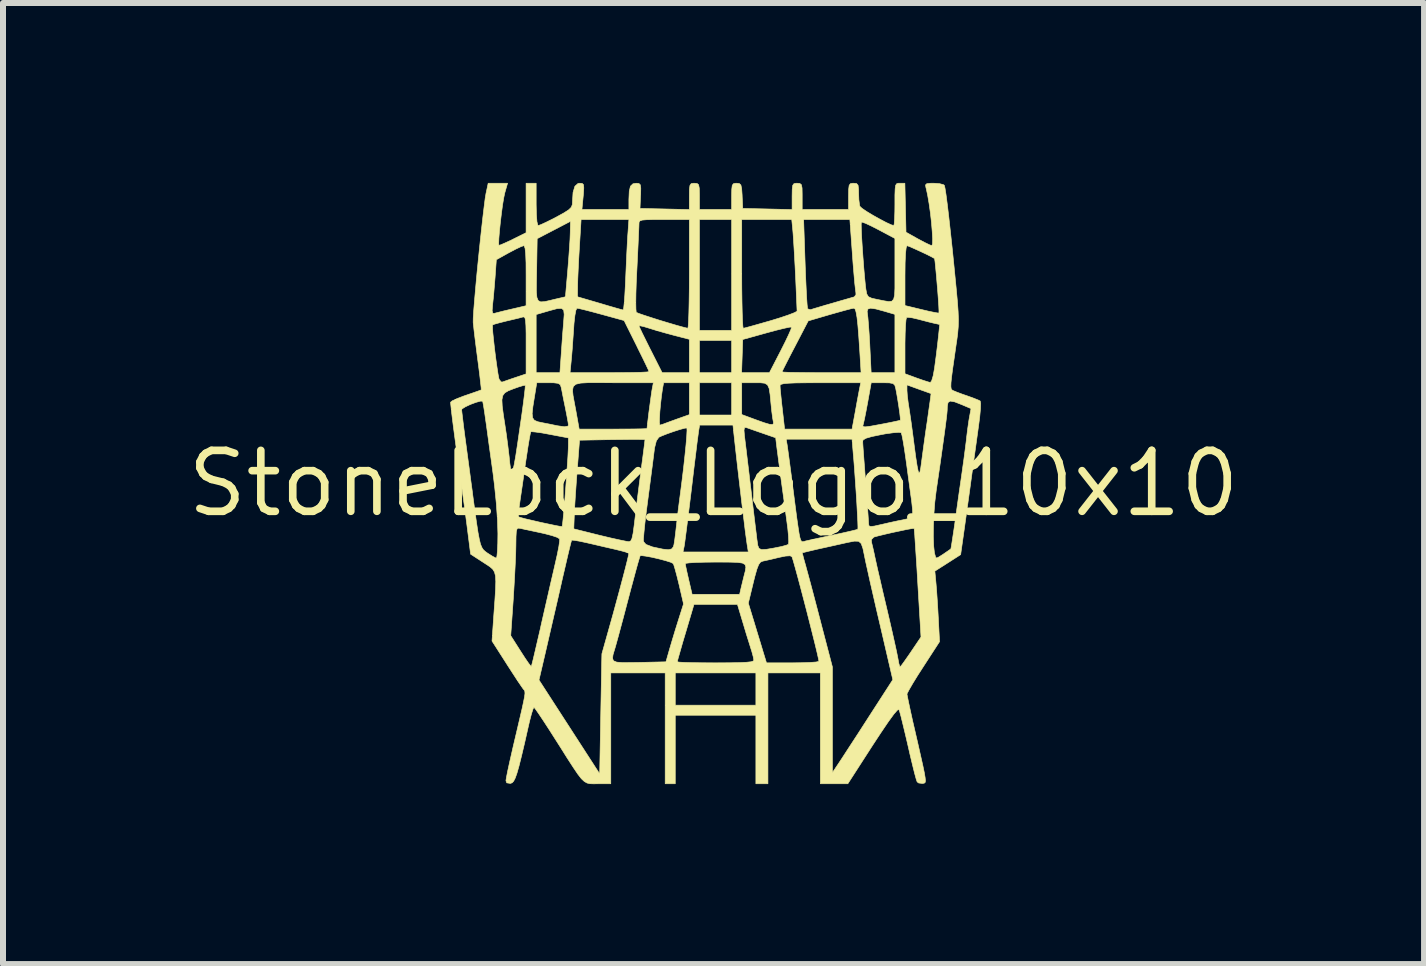
<source format=kicad_pcb>
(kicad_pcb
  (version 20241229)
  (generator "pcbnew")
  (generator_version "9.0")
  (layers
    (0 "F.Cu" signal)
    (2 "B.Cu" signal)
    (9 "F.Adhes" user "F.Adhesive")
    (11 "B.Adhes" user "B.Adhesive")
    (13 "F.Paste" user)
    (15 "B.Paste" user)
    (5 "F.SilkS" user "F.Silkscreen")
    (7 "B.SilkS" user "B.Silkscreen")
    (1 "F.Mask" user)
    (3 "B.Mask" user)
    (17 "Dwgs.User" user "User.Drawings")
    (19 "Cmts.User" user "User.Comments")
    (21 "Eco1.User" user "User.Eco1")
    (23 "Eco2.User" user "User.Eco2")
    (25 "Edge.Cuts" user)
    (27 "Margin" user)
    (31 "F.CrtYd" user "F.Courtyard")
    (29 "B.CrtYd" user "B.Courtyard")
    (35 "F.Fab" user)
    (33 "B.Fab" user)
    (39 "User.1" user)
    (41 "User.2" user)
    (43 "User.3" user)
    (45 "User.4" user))
  (footprint "StoneLock_Logo_10x10"
    (layer "F.Cu")
    (at 8.846 5.011)
    (property "Reference" "StoneLock_Logo_10x10" (at 0 0 0) (layer "F.SilkS") (effects (font (size 1.016 1.016) (thickness 0.127))))
    (attr through_hole)
    (fp_poly (pts (xy -3.48 -4.846) (xy -3.497 -4.766) (xy -3.517 -4.647) (xy -3.536 -4.504) (xy -3.554 -4.352) (xy -3.569 -4.208) (xy -3.579 -4.086) (xy -3.582 -4.002) (xy -3.579 -3.971) (xy -3.546 -3.98) (xy -3.47 -4.013) (xy -3.364 -4.062) (xy -3.347 -4.071) (xy -3.125 -4.181) (xy -3.125 -5.006) (xy -2.957 -5.006) (xy -2.957 -4.653) (xy -2.953 -4.483) (xy -2.944 -4.365) (xy -2.929 -4.306) (xy -2.922 -4.301) (xy -2.878 -4.316) (xy -2.791 -4.356) (xy -2.676 -4.413) (xy -2.619 -4.443) (xy -2.492 -4.513) (xy -2.413 -4.564) (xy -2.371 -4.606) (xy -2.354 -4.651) (xy -2.352 -4.691) (xy -2.342 -4.854) (xy -2.311 -4.956) (xy -2.259 -5.002) (xy -2.231 -5.006) (xy -2.19 -5.003) (xy -2.168 -4.982) (xy -2.163 -4.929) (xy -2.169 -4.83) (xy -2.173 -4.788) (xy -2.194 -4.569) (xy -1.411 -4.569) (xy -1.411 -4.735) (xy -1.405 -4.873) (xy -1.385 -4.957) (xy -1.343 -4.997) (xy -1.289 -5.006) (xy -1.244 -5.002) (xy -1.221 -4.98) (xy -1.213 -4.925) (xy -1.215 -4.821) (xy -1.217 -4.796) (xy -1.226 -4.586) (xy -0.815 -4.577) (xy -0.403 -4.567) (xy -0.403 -4.787) (xy -0.402 -4.904) (xy -0.393 -4.97) (xy -0.373 -4.999) (xy -0.333 -5.006) (xy -0.319 -5.006) (xy -0.274 -5.002) (xy -0.249 -4.981) (xy -0.238 -4.926) (xy -0.235 -4.823) (xy -0.235 -4.788) (xy -0.235 -4.569) (xy 0.302 -4.569) (xy 0.302 -4.788) (xy 0.304 -4.905) (xy 0.312 -4.971) (xy 0.333 -4.999) (xy 0.373 -5.006) (xy 0.385 -5.006) (xy 0.43 -5.001) (xy 0.456 -4.977) (xy 0.469 -4.917) (xy 0.477 -4.806) (xy 0.477 -4.796) (xy 0.487 -4.586) (xy 0.899 -4.577) (xy 1.31 -4.567) (xy 1.31 -4.787) (xy 1.312 -4.904) (xy 1.32 -4.97) (xy 1.341 -4.999) (xy 1.38 -5.006) (xy 1.394 -5.006) (xy 1.439 -5.002) (xy 1.465 -4.981) (xy 1.476 -4.926) (xy 1.478 -4.823) (xy 1.478 -4.788) (xy 1.478 -4.569) (xy 2.251 -4.569) (xy 2.251 -4.788) (xy 2.253 -4.905) (xy 2.261 -4.97) (xy 2.282 -4.999) (xy 2.321 -5.006) (xy 2.335 -5.006) (xy 2.385 -5.001) (xy 2.41 -4.972) (xy 2.418 -4.904) (xy 2.419 -4.841) (xy 2.423 -4.732) (xy 2.434 -4.645) (xy 2.44 -4.621) (xy 2.475 -4.588) (xy 2.553 -4.535) (xy 2.659 -4.471) (xy 2.774 -4.407) (xy 2.882 -4.35) (xy 2.966 -4.312) (xy 3.006 -4.301) (xy 3.013 -4.332) (xy 3.019 -4.416) (xy 3.023 -4.54) (xy 3.024 -4.653) (xy 3.024 -4.81) (xy 3.028 -4.912) (xy 3.036 -4.971) (xy 3.054 -4.998) (xy 3.082 -5.006) (xy 3.107 -5.006) (xy 3.19 -5.006) (xy 3.209 -4.19) (xy 3.41 -4.077) (xy 3.515 -4.021) (xy 3.598 -3.981) (xy 3.64 -3.965) (xy 3.64 -3.965) (xy 3.651 -3.996) (xy 3.653 -4.079) (xy 3.646 -4.201) (xy 3.634 -4.349) (xy 3.616 -4.508) (xy 3.594 -4.665) (xy 3.57 -4.806) (xy 3.546 -4.917) (xy 3.542 -4.93) (xy 3.534 -4.977) (xy 3.556 -4.999) (xy 3.623 -5.006) (xy 3.673 -5.006) (xy 3.769 -4.999) (xy 3.835 -4.981) (xy 3.848 -4.971) (xy 3.859 -4.925) (xy 3.876 -4.818) (xy 3.897 -4.657) (xy 3.922 -4.447) (xy 3.95 -4.194) (xy 3.981 -3.906) (xy 4.013 -3.588) (xy 4.046 -3.252) (xy 4.066 -3.034) (xy 4.078 -2.866) (xy 4.083 -2.732) (xy 4.08 -2.614) (xy 4.07 -2.495) (xy 4.052 -2.36) (xy 4.049 -2.345) (xy 4.014 -2.1) (xy 3.987 -1.914) (xy 3.969 -1.777) (xy 3.959 -1.682) (xy 3.957 -1.621) (xy 3.961 -1.584) (xy 3.971 -1.564) (xy 3.988 -1.553) (xy 3.995 -1.549) (xy 4.055 -1.524) (xy 4.154 -1.487) (xy 4.233 -1.46) (xy 4.338 -1.422) (xy 4.417 -1.39) (xy 4.446 -1.375) (xy 4.453 -1.334) (xy 4.45 -1.242) (xy 4.438 -1.111) (xy 4.42 -0.97) (xy 4.394 -0.782) (xy 4.363 -0.557) (xy 4.33 -0.322) (xy 4.302 -0.118) (xy 4.272 0.103) (xy 4.238 0.348) (xy 4.205 0.585) (xy 4.179 0.77) (xy 4.12 1.186) (xy 3.905 1.324) (xy 3.69 1.461) (xy 3.709 1.663) (xy 3.719 1.782) (xy 3.73 1.944) (xy 3.741 2.125) (xy 3.748 2.251) (xy 3.768 2.637) (xy 3.497 3.055) (xy 3.401 3.204) (xy 3.32 3.336) (xy 3.261 3.438) (xy 3.229 3.499) (xy 3.225 3.511) (xy 3.233 3.555) (xy 3.253 3.653) (xy 3.283 3.793) (xy 3.32 3.961) (xy 3.345 4.068) (xy 3.407 4.337) (xy 3.455 4.549) (xy 3.491 4.709) (xy 3.515 4.825) (xy 3.528 4.904) (xy 3.533 4.954) (xy 3.529 4.982) (xy 3.517 4.994) (xy 3.5 4.998) (xy 3.484 5.001) (xy 3.419 4.993) (xy 3.394 4.973) (xy 3.379 4.929) (xy 3.352 4.831) (xy 3.317 4.69) (xy 3.276 4.519) (xy 3.243 4.374) (xy 3.199 4.186) (xy 3.159 4.02) (xy 3.126 3.886) (xy 3.102 3.798) (xy 3.091 3.768) (xy 3.065 3.778) (xy 3.006 3.846) (xy 2.914 3.972) (xy 2.791 4.154) (xy 2.653 4.364) (xy 2.239 5.006) (xy 1.781 5.006) (xy 1.781 3.158) (xy 0.907 3.158) (xy 0.907 5.006) (xy 0.706 5.006) (xy 0.706 3.864) (xy -0.638 3.864) (xy -0.638 5.006) (xy -0.806 5.006) (xy -0.806 3.158) (xy -0.638 3.158) (xy -0.638 3.696) (xy 0.706 3.696) (xy 0.706 3.158) (xy -0.638 3.158) (xy -0.806 3.158) (xy -1.713 3.158) (xy -1.713 5.006) (xy -1.929 5.006) (xy -2.002 5.007) (xy -2.059 5.005) (xy -2.108 4.994) (xy -2.154 4.968) (xy -2.204 4.921) (xy -2.263 4.845) (xy -2.338 4.734) (xy -2.436 4.583) (xy -2.561 4.384) (xy -2.621 4.29) (xy -2.73 4.119) (xy -2.828 3.968) (xy -2.908 3.848) (xy -2.965 3.766) (xy -2.993 3.731) (xy -2.994 3.731) (xy -3.01 3.761) (xy -3.036 3.843) (xy -3.067 3.962) (xy -3.089 4.057) (xy -3.151 4.331) (xy -3.202 4.546) (xy -3.243 4.71) (xy -3.277 4.829) (xy -3.306 4.911) (xy -3.332 4.962) (xy -3.357 4.989) (xy -3.385 5) (xy -3.387 5) (xy -3.447 4.991) (xy -3.461 4.954) (xy -3.453 4.903) (xy -3.433 4.8) (xy -3.402 4.657) (xy -3.363 4.486) (xy -3.341 4.389) (xy -3.278 4.122) (xy -3.229 3.913) (xy -3.192 3.754) (xy -3.167 3.638) (xy -3.151 3.557) (xy -3.144 3.504) (xy -3.145 3.472) (xy -3.151 3.452) (xy -3.161 3.438) (xy -3.171 3.428) (xy -3.204 3.381) (xy -3.266 3.29) (xy -3.275 3.276) (xy -2.91 3.276) (xy -1.898 4.841) (xy -1.88 3.84) (xy -1.863 2.917) (xy -1.684 2.917) (xy -1.667 2.956) (xy -1.614 2.978) (xy -1.518 2.986) (xy -1.369 2.985) (xy -1.237 2.983) (xy -0.793 2.973) (xy -0.793 2.972) (xy -0.605 2.972) (xy -0.573 2.978) (xy -0.484 2.983) (xy -0.349 2.987) (xy -0.177 2.989) (xy 0.02 2.99) (xy 0.034 2.99) (xy 0.264 2.989) (xy 0.435 2.986) (xy 0.553 2.98) (xy 0.627 2.972) (xy 0.664 2.959) (xy 0.672 2.946) (xy 0.662 2.889) (xy 0.637 2.796) (xy 0.623 2.753) (xy 0.591 2.65) (xy 0.547 2.51) (xy 0.501 2.356) (xy 0.487 2.31) (xy 0.399 2.016) (xy -0.326 2.016) (xy -0.465 2.485) (xy -0.515 2.652) (xy -0.556 2.796) (xy -0.587 2.904) (xy -0.603 2.964) (xy -0.605 2.972) (xy -0.793 2.972) (xy -0.731 2.755) (xy -0.688 2.61) (xy -0.636 2.438) (xy -0.585 2.275) (xy -0.584 2.272) (xy -0.5 2.007) (xy -0.503 1.995) (xy 0.58 1.995) (xy 0.678 2.316) (xy 0.727 2.478) (xy 0.776 2.638) (xy 0.816 2.771) (xy 0.829 2.814) (xy 0.883 2.99) (xy 1.313 2.99) (xy 1.476 2.988) (xy 1.612 2.983) (xy 1.71 2.976) (xy 1.755 2.966) (xy 1.757 2.965) (xy 1.751 2.929) (xy 1.731 2.839) (xy 1.699 2.704) (xy 1.657 2.536) (xy 1.609 2.345) (xy 1.557 2.14) (xy 1.503 1.933) (xy 1.451 1.734) (xy 1.403 1.554) (xy 1.361 1.401) (xy 1.329 1.288) (xy 1.309 1.225) (xy 1.308 1.222) (xy 1.277 1.205) (xy 1.199 1.21) (xy 1.092 1.232) (xy 0.972 1.261) (xy 0.869 1.284) (xy 0.819 1.295) (xy 0.783 1.311) (xy 0.753 1.352) (xy 0.723 1.428) (xy 0.688 1.552) (xy 0.663 1.653) (xy 0.58 1.995) (xy -0.503 1.995) (xy -0.575 1.684) (xy -0.61 1.543) (xy -0.641 1.428) (xy -0.664 1.353) (xy -0.672 1.336) (xy -0.471 1.336) (xy -0.464 1.378) (xy -0.445 1.468) (xy -0.418 1.587) (xy -0.414 1.604) (xy -0.357 1.848) (xy 0.435 1.848) (xy 0.456 1.755) (xy 0.48 1.656) (xy 0.507 1.546) (xy 0.507 1.546) (xy 0.53 1.457) (xy 0.539 1.394) (xy 0.526 1.352) (xy 0.483 1.327) (xy 0.4 1.315) (xy 0.27 1.311) (xy 0.083 1.31) (xy 0.034 1.31) (xy -0.142 1.312) (xy -0.291 1.316) (xy -0.402 1.323) (xy -0.463 1.331) (xy -0.471 1.336) (xy -0.672 1.336) (xy -0.673 1.334) (xy -0.714 1.313) (xy -0.8 1.286) (xy -0.91 1.257) (xy -1.026 1.23) (xy -1.13 1.211) (xy -1.202 1.202) (xy -1.224 1.206) (xy -1.236 1.244) (xy -1.263 1.335) (xy -1.3 1.469) (xy -1.344 1.633) (xy -1.375 1.747) (xy -1.447 2.02) (xy -1.504 2.237) (xy -1.549 2.404) (xy -1.583 2.531) (xy -1.609 2.625) (xy -1.628 2.694) (xy -1.643 2.746) (xy -1.65 2.768) (xy -1.676 2.856) (xy -1.684 2.917) (xy -1.863 2.917) (xy -1.861 2.839) (xy -1.724 2.352) (xy -1.671 2.163) (xy -1.617 1.964) (xy -1.563 1.765) (xy -1.513 1.577) (xy -1.47 1.412) (xy -1.437 1.281) (xy -1.417 1.194) (xy -1.411 1.165) (xy -1.429 1.156) (xy 1.478 1.156) (xy 1.487 1.188) (xy 1.508 1.269) (xy 1.54 1.382) (xy 1.546 1.406) (xy 1.576 1.515) (xy 1.619 1.674) (xy 1.671 1.87) (xy 1.728 2.087) (xy 1.787 2.313) (xy 1.798 2.356) (xy 1.982 3.059) (xy 1.982 4.82) (xy 2.094 4.653) (xy 2.146 4.574) (xy 2.227 4.449) (xy 2.33 4.291) (xy 2.447 4.111) (xy 2.57 3.92) (xy 2.597 3.878) (xy 2.989 3.271) (xy 2.775 2.349) (xy 2.716 2.098) (xy 2.661 1.858) (xy 2.611 1.64) (xy 2.57 1.454) (xy 2.538 1.311) (xy 2.52 1.224) (xy 2.52 1.223) (xy 2.491 1.084) (xy 2.462 1.001) (xy 2.419 0.963) (xy 2.348 0.961) (xy 2.234 0.983) (xy 2.198 0.991) (xy 1.93 1.051) (xy 1.722 1.097) (xy 1.578 1.131) (xy 1.497 1.151) (xy 1.478 1.156) (xy -1.429 1.156) (xy -1.441 1.151) (xy -1.469 1.142) (xy -0.509 1.142) (xy 0.58 1.142) (xy 0.559 1.012) (xy 0.547 0.926) (xy 0.528 0.786) (xy 0.506 0.604) (xy 0.479 0.391) (xy 0.452 0.159) (xy 0.424 -0.078) (xy 0.397 -0.31) (xy 0.373 -0.524) (xy 0.363 -0.613) (xy 0.333 -0.887) (xy 0.508 -0.887) (xy 0.516 -0.79) (xy 0.517 -0.786) (xy 0.527 -0.703) (xy 0.544 -0.566) (xy 0.565 -0.388) (xy 0.59 -0.182) (xy 0.616 0.039) (xy 0.622 0.084) (xy 0.648 0.306) (xy 0.673 0.515) (xy 0.695 0.698) (xy 0.713 0.843) (xy 0.724 0.937) (xy 0.726 0.949) (xy 0.738 1.033) (xy 0.758 1.082) (xy 0.8 1.102) (xy 0.879 1.098) (xy 1.008 1.076) (xy 1.027 1.072) (xy 1.137 1.05) (xy 1.218 1.027) (xy 1.249 1.014) (xy 1.254 0.973) (xy 1.25 0.881) (xy 1.238 0.752) (xy 1.223 0.638) (xy 1.178 0.305) (xy 1.14 0.031) (xy 1.11 -0.188) (xy 1.087 -0.361) (xy 1.07 -0.493) (xy 1.057 -0.591) (xy 1.039 -0.739) (xy 1.211 -0.739) (xy 1.227 -0.647) (xy 1.236 -0.585) (xy 1.252 -0.469) (xy 1.273 -0.311) (xy 1.298 -0.122) (xy 1.325 0.086) (xy 1.327 0.101) (xy 1.361 0.366) (xy 1.388 0.573) (xy 1.41 0.727) (xy 1.427 0.837) (xy 1.442 0.908) (xy 1.457 0.95) (xy 1.473 0.968) (xy 1.493 0.97) (xy 1.517 0.964) (xy 1.533 0.959) (xy 1.599 0.944) (xy 1.634 0.936) (xy 2.631 0.936) (xy 2.636 0.987) (xy 2.655 1.064) (xy 2.679 1.171) (xy 2.687 1.21) (xy 2.704 1.288) (xy 2.733 1.419) (xy 2.773 1.59) (xy 2.819 1.791) (xy 2.87 2.007) (xy 2.884 2.066) (xy 2.935 2.284) (xy 2.982 2.489) (xy 3.022 2.668) (xy 3.053 2.809) (xy 3.071 2.9) (xy 3.074 2.915) (xy 3.09 3.002) (xy 3.105 3.052) (xy 3.11 3.057) (xy 3.133 3.032) (xy 3.184 2.962) (xy 3.254 2.862) (xy 3.291 2.808) (xy 3.459 2.559) (xy 3.405 1.657) (xy 3.391 1.419) (xy 3.377 1.203) (xy 3.365 1.02) (xy 3.356 0.885) (xy 3.664 0.885) (xy 3.67 1.04) (xy 3.683 1.158) (xy 3.703 1.229) (xy 3.72 1.243) (xy 3.755 1.226) (xy 3.823 1.183) (xy 3.842 1.17) (xy 3.912 1.122) (xy 3.952 1.094) (xy 3.956 1.092) (xy 3.963 1.059) (xy 3.977 0.971) (xy 3.997 0.84) (xy 4.021 0.679) (xy 4.031 0.602) (xy 4.061 0.39) (xy 4.093 0.163) (xy 4.124 -0.051) (xy 4.149 -0.226) (xy 4.15 -0.235) (xy 4.174 -0.406) (xy 4.196 -0.574) (xy 4.214 -0.715) (xy 4.22 -0.773) (xy 4.237 -0.911) (xy 4.257 -1.05) (xy 4.266 -1.103) (xy 4.293 -1.249) (xy 4.143 -1.313) (xy 4.021 -1.361) (xy 3.947 -1.374) (xy 3.91 -1.351) (xy 3.898 -1.289) (xy 3.897 -1.268) (xy 3.896 -1.226) (xy 3.891 -1.165) (xy 3.881 -1.079) (xy 3.866 -0.961) (xy 3.845 -0.805) (xy 3.817 -0.605) (xy 3.782 -0.355) (xy 3.737 -0.047) (xy 3.712 0.124) (xy 3.689 0.313) (xy 3.674 0.51) (xy 3.666 0.705) (xy 3.664 0.885) (xy 3.356 0.885) (xy 3.356 0.877) (xy 3.348 0.783) (xy 3.345 0.748) (xy 3.345 0.748) (xy 3.311 0.751) (xy 3.229 0.765) (xy 3.116 0.789) (xy 2.988 0.816) (xy 2.862 0.845) (xy 2.755 0.871) (xy 2.684 0.89) (xy 2.673 0.894) (xy 2.631 0.936) (xy 1.634 0.936) (xy 1.714 0.919) (xy 1.861 0.887) (xy 2.007 0.856) (xy 2.159 0.823) (xy 2.286 0.794) (xy 2.372 0.773) (xy 2.406 0.763) (xy 2.408 0.727) (xy 2.405 0.636) (xy 2.398 0.501) (xy 2.389 0.332) (xy 2.377 0.141) (xy 2.363 -0.06) (xy 2.349 -0.261) (xy 2.334 -0.45) (xy 2.331 -0.479) (xy 2.312 -0.706) (xy 2.487 -0.706) (xy 2.489 -0.658) (xy 2.496 -0.554) (xy 2.507 -0.406) (xy 2.521 -0.225) (xy 2.536 -0.022) (xy 2.536 -0.017) (xy 2.552 0.186) (xy 2.565 0.369) (xy 2.576 0.519) (xy 2.583 0.626) (xy 2.586 0.677) (xy 2.586 0.677) (xy 2.592 0.706) (xy 2.619 0.717) (xy 2.681 0.71) (xy 2.792 0.685) (xy 2.797 0.684) (xy 2.936 0.652) (xy 3.074 0.622) (xy 3.151 0.607) (xy 3.244 0.586) (xy 3.306 0.565) (xy 3.316 0.559) (xy 3.322 0.518) (xy 3.317 0.428) (xy 3.304 0.305) (xy 3.298 0.261) (xy 3.277 0.109) (xy 3.251 -0.082) (xy 3.224 -0.283) (xy 3.205 -0.42) (xy 3.182 -0.578) (xy 3.16 -0.711) (xy 3.141 -0.806) (xy 3.128 -0.848) (xy 3.128 -0.848) (xy 3.087 -0.853) (xy 2.996 -0.846) (xy 2.871 -0.829) (xy 2.796 -0.815) (xy 2.64 -0.783) (xy 2.543 -0.755) (xy 2.495 -0.727) (xy 2.487 -0.706) (xy 2.312 -0.706) (xy 2.31 -0.739) (xy 1.211 -0.739) (xy 1.039 -0.739) (xy 1.037 -0.762) (xy 0.812 -0.84) (xy 0.694 -0.881) (xy 0.597 -0.915) (xy 0.543 -0.934) (xy 0.542 -0.934) (xy 0.516 -0.931) (xy 0.508 -0.887) (xy 0.333 -0.887) (xy 0.324 -0.974) (xy -0.232 -0.974) (xy -0.25 -0.865) (xy -0.258 -0.802) (xy -0.274 -0.683) (xy -0.294 -0.518) (xy -0.319 -0.318) (xy -0.346 -0.092) (xy -0.369 0.101) (xy -0.398 0.338) (xy -0.425 0.558) (xy -0.449 0.749) (xy -0.469 0.902) (xy -0.483 1.007) (xy -0.49 1.05) (xy -0.509 1.142) (xy -1.469 1.142) (xy -1.521 1.127) (xy -1.633 1.099) (xy -1.646 1.096) (xy -1.812 1.058) (xy -1.996 1.015) (xy -2.118 0.987) (xy -2.235 0.962) (xy -2.323 0.947) (xy -2.365 0.944) (xy -2.366 0.945) (xy -2.376 0.98) (xy -2.399 1.071) (xy -2.432 1.208) (xy -2.472 1.381) (xy -2.519 1.582) (xy -2.537 1.663) (xy -2.593 1.909) (xy -2.653 2.168) (xy -2.711 2.419) (xy -2.763 2.644) (xy -2.804 2.822) (xy -2.91 3.276) (xy -3.275 3.276) (xy -3.346 3.167) (xy -3.438 3.025) (xy -3.453 3.001) (xy -3.693 2.626) (xy -3.687 2.537) (xy -3.381 2.537) (xy -3.215 2.798) (xy -3.142 2.911) (xy -3.083 2.997) (xy -3.046 3.044) (xy -3.038 3.049) (xy -3.028 3.015) (xy -3.005 2.924) (xy -2.973 2.788) (xy -2.933 2.616) (xy -2.887 2.419) (xy -2.876 2.367) (xy -2.823 2.134) (xy -2.768 1.894) (xy -2.716 1.666) (xy -2.67 1.469) (xy -2.638 1.33) (xy -2.604 1.179) (xy -2.579 1.051) (xy -2.566 0.96) (xy -2.566 0.924) (xy -2.603 0.899) (xy -2.691 0.869) (xy -2.812 0.837) (xy -2.861 0.826) (xy -3 0.796) (xy -3.121 0.77) (xy -3.187 0.756) (xy -2.33 0.756) (xy -2.114 0.81) (xy -1.902 0.863) (xy -1.714 0.908) (xy -1.56 0.942) (xy -1.452 0.964) (xy -1.408 0.971) (xy -1.399 0.967) (xy -1.169 0.967) (xy -1.169 0.967) (xy -1.126 1.016) (xy -1.018 1.057) (xy -0.991 1.063) (xy -0.846 1.094) (xy -0.752 1.104) (xy -0.698 1.091) (xy -0.669 1.054) (xy -0.659 1.016) (xy -0.646 0.932) (xy -0.631 0.811) (xy -0.621 0.722) (xy -0.607 0.599) (xy -0.588 0.436) (xy -0.565 0.259) (xy -0.553 0.168) (xy -0.525 -0.05) (xy -0.499 -0.264) (xy -0.477 -0.466) (xy -0.459 -0.643) (xy -0.447 -0.785) (xy -0.442 -0.883) (xy -0.444 -0.925) (xy -0.444 -0.926) (xy -0.48 -0.922) (xy -0.559 -0.901) (xy -0.662 -0.868) (xy -0.77 -0.83) (xy -0.864 -0.793) (xy -0.911 -0.771) (xy -0.953 -0.712) (xy -0.984 -0.59) (xy -0.989 -0.547) (xy -1.001 -0.451) (xy -1.02 -0.302) (xy -1.044 -0.117) (xy -1.071 0.089) (xy -1.096 0.279) (xy -1.122 0.48) (xy -1.144 0.661) (xy -1.159 0.81) (xy -1.168 0.916) (xy -1.169 0.967) (xy -1.399 0.967) (xy -1.382 0.96) (xy -1.36 0.917) (xy -1.341 0.83) (xy -1.322 0.689) (xy -1.317 0.647) (xy -1.298 0.49) (xy -1.274 0.291) (xy -1.246 0.07) (xy -1.218 -0.148) (xy -1.211 -0.202) (xy -1.187 -0.38) (xy -1.167 -0.534) (xy -1.152 -0.65) (xy -1.144 -0.719) (xy -1.142 -0.732) (xy -1.174 -0.734) (xy -1.262 -0.735) (xy -1.394 -0.735) (xy -1.561 -0.733) (xy -1.688 -0.732) (xy -2.234 -0.722) (xy -2.273 -0.218) (xy -2.288 -0.018) (xy -2.302 0.181) (xy -2.313 0.359) (xy -2.32 0.494) (xy -2.321 0.521) (xy -2.33 0.756) (xy -3.187 0.756) (xy -3.203 0.752) (xy -3.217 0.749) (xy -3.253 0.744) (xy -3.275 0.756) (xy -3.288 0.799) (xy -3.293 0.883) (xy -3.295 1.023) (xy -3.295 1.029) (xy -3.298 1.165) (xy -3.306 1.349) (xy -3.317 1.563) (xy -3.33 1.787) (xy -3.339 1.932) (xy -3.381 2.537) (xy -3.687 2.537) (xy -3.662 2.178) (xy -3.645 1.943) (xy -3.634 1.765) (xy -3.63 1.634) (xy -3.635 1.541) (xy -3.652 1.476) (xy -3.682 1.428) (xy -3.728 1.388) (xy -3.79 1.347) (xy -3.839 1.315) (xy -4.05 1.178) (xy -4.111 0.698) (xy -4.14 0.478) (xy -4.173 0.238) (xy -4.205 0.005) (xy -4.233 -0.185) (xy -4.256 -0.345) (xy -4.281 -0.527) (xy -4.307 -0.719) (xy -4.332 -0.908) (xy -4.354 -1.079) (xy -4.371 -1.22) (xy -4.372 -1.232) (xy -4.2 -1.232) (xy -4.195 -1.186) (xy -4.183 -1.087) (xy -4.166 -0.946) (xy -4.144 -0.777) (xy -4.132 -0.689) (xy -4.103 -0.472) (xy -4.072 -0.242) (xy -4.043 -0.023) (xy -4.018 0.159) (xy -4.016 0.18) (xy -3.98 0.447) (xy -3.951 0.655) (xy -3.927 0.813) (xy -3.905 0.929) (xy -3.885 1.011) (xy -3.862 1.067) (xy -3.837 1.105) (xy -3.805 1.134) (xy -3.766 1.162) (xy -3.766 1.162) (xy -3.687 1.212) (xy -3.631 1.241) (xy -3.621 1.243) (xy -3.611 1.212) (xy -3.603 1.126) (xy -3.597 0.999) (xy -3.595 0.843) (xy -3.595 0.832) (xy -3.602 0.605) (xy -3.606 0.553) (xy -3.254 0.553) (xy -3.253 0.555) (xy -3.216 0.567) (xy -3.132 0.59) (xy -3.015 0.617) (xy -2.882 0.648) (xy -2.75 0.676) (xy -2.636 0.7) (xy -2.555 0.715) (xy -2.524 0.717) (xy -2.518 0.683) (xy -2.508 0.592) (xy -2.495 0.456) (xy -2.48 0.285) (xy -2.467 0.111) (xy -2.452 -0.093) (xy -2.439 -0.284) (xy -2.428 -0.446) (xy -2.422 -0.567) (xy -2.42 -0.623) (xy -2.419 -0.76) (xy -2.725 -0.818) (xy -2.86 -0.843) (xy -2.968 -0.858) (xy -3.034 -0.864) (xy -3.046 -0.862) (xy -3.056 -0.825) (xy -3.073 -0.735) (xy -3.095 -0.603) (xy -3.119 -0.442) (xy -3.126 -0.399) (xy -3.154 -0.205) (xy -3.182 -0.009) (xy -3.208 0.166) (xy -3.227 0.297) (xy -3.227 0.297) (xy -3.244 0.417) (xy -3.253 0.508) (xy -3.254 0.553) (xy -3.606 0.553) (xy -3.621 0.335) (xy -3.65 0.046) (xy -3.676 -0.168) (xy -3.706 -0.387) (xy -3.737 -0.608) (xy -3.765 -0.813) (xy -3.788 -0.983) (xy -3.799 -1.058) (xy -3.818 -1.193) (xy -3.835 -1.299) (xy -3.847 -1.362) (xy -3.85 -1.373) (xy -3.888 -1.373) (xy -3.963 -1.352) (xy -4.054 -1.318) (xy -4.137 -1.279) (xy -4.191 -1.245) (xy -4.2 -1.232) (xy -4.372 -1.232) (xy -4.381 -1.318) (xy -4.384 -1.355) (xy -4.355 -1.379) (xy -4.319 -1.395) (xy -3.528 -1.395) (xy -3.523 -1.291) (xy -3.503 -1.14) (xy -3.48 -0.991) (xy -3.454 -0.818) (xy -3.43 -0.636) (xy -3.411 -0.478) (xy -3.408 -0.454) (xy -3.396 -0.334) (xy -3.384 -0.248) (xy -3.372 -0.199) (xy -3.358 -0.193) (xy -3.342 -0.231) (xy -3.323 -0.318) (xy -3.298 -0.458) (xy -3.268 -0.654) (xy -3.231 -0.91) (xy -3.195 -1.158) (xy -3.194 -1.166) (xy -3.024 -1.166) (xy -3.016 -1.095) (xy -2.987 -1.054) (xy -2.931 -1.03) (xy -2.847 -1.012) (xy -2.733 -0.99) (xy -2.638 -0.97) (xy -2.604 -0.963) (xy -2.486 -0.946) (xy -2.427 -0.957) (xy -2.419 -0.973) (xy -2.425 -1.02) (xy -2.442 -1.114) (xy -2.466 -1.237) (xy -2.472 -1.267) (xy -2.5 -1.402) (xy -2.523 -1.519) (xy -2.53 -1.556) (xy -2.351 -1.556) (xy -2.342 -1.466) (xy -2.319 -1.341) (xy -2.296 -1.22) (xy -2.24 -0.907) (xy -1.674 -0.907) (xy -1.488 -0.908) (xy -1.327 -0.909) (xy -1.204 -0.911) (xy -1.128 -0.914) (xy -1.109 -0.916) (xy -1.104 -0.965) (xy -1.1 -1.004) (xy -0.902 -1.004) (xy -0.896 -0.974) (xy -0.853 -0.985) (xy -0.8 -1.005) (xy -0.722 -1.034) (xy -0.614 -1.073) (xy -0.563 -1.091) (xy -0.403 -1.148) (xy -0.403 -1.68) (xy -0.235 -1.68) (xy -0.235 -1.142) (xy 0.302 -1.142) (xy 0.302 -1.68) (xy 0.47 -1.68) (xy 0.47 -1.15) (xy 0.697 -1.066) (xy 0.842 -1.014) (xy 0.934 -0.987) (xy 0.984 -0.983) (xy 1.001 -1.001) (xy 0.996 -1.033) (xy 0.985 -1.095) (xy 0.971 -1.201) (xy 0.958 -1.327) (xy 0.943 -1.484) (xy 0.927 -1.586) (xy 0.906 -1.631) (xy 1.109 -1.631) (xy 1.112 -1.578) (xy 1.122 -1.475) (xy 1.136 -1.34) (xy 1.147 -1.244) (xy 1.185 -0.907) (xy 2.31 -0.907) (xy 2.319 -0.959) (xy 2.489 -0.959) (xy 2.501 -0.946) (xy 2.541 -0.945) (xy 2.622 -0.956) (xy 2.752 -0.98) (xy 2.827 -0.994) (xy 2.955 -1.019) (xy 3.054 -1.04) (xy 3.109 -1.053) (xy 3.115 -1.055) (xy 3.114 -1.089) (xy 3.105 -1.171) (xy 3.089 -1.283) (xy 3.07 -1.405) (xy 3.05 -1.521) (xy 3.044 -1.55) (xy 3.225 -1.55) (xy 3.231 -1.463) (xy 3.246 -1.344) (xy 3.257 -1.274) (xy 3.273 -1.169) (xy 3.295 -1.018) (xy 3.319 -0.84) (xy 3.343 -0.656) (xy 3.343 -0.655) (xy 3.371 -0.443) (xy 3.394 -0.295) (xy 3.412 -0.206) (xy 3.427 -0.173) (xy 3.441 -0.193) (xy 3.455 -0.262) (xy 3.465 -0.336) (xy 3.483 -0.47) (xy 3.506 -0.641) (xy 3.531 -0.82) (xy 3.541 -0.89) (xy 3.565 -1.051) (xy 3.586 -1.202) (xy 3.603 -1.321) (xy 3.609 -1.363) (xy 3.627 -1.499) (xy 3.426 -1.571) (xy 3.225 -1.644) (xy 3.225 -1.55) (xy 3.044 -1.55) (xy 3.037 -1.587) (xy 3.022 -1.639) (xy 2.992 -1.667) (xy 2.93 -1.678) (xy 2.824 -1.68) (xy 2.629 -1.68) (xy 2.57 -1.352) (xy 2.543 -1.208) (xy 2.519 -1.087) (xy 2.501 -1.006) (xy 2.495 -0.983) (xy 2.489 -0.959) (xy 2.319 -0.959) (xy 2.367 -1.218) (xy 2.393 -1.363) (xy 2.417 -1.491) (xy 2.434 -1.581) (xy 2.439 -1.604) (xy 2.454 -1.68) (xy 1.781 -1.68) (xy 1.549 -1.679) (xy 1.375 -1.677) (xy 1.253 -1.672) (xy 1.173 -1.665) (xy 1.128 -1.654) (xy 1.11 -1.639) (xy 1.109 -1.631) (xy 0.906 -1.631) (xy 0.9 -1.644) (xy 0.853 -1.672) (xy 0.777 -1.68) (xy 0.686 -1.68) (xy 0.47 -1.68) (xy 0.302 -1.68) (xy -0.235 -1.68) (xy -0.403 -1.68) (xy -0.832 -1.68) (xy -0.852 -1.571) (xy -0.868 -1.457) (xy -0.883 -1.326) (xy -0.895 -1.196) (xy -0.901 -1.083) (xy -0.902 -1.004) (xy -1.1 -1.004) (xy -1.093 -1.06) (xy -1.078 -1.185) (xy -1.06 -1.319) (xy -1.043 -1.444) (xy -1.029 -1.542) (xy -1.021 -1.587) (xy -1.003 -1.68) (xy -1.677 -1.68) (xy -1.913 -1.681) (xy -2.09 -1.681) (xy -2.215 -1.674) (xy -2.295 -1.655) (xy -2.338 -1.617) (xy -2.351 -1.556) (xy -2.53 -1.556) (xy -2.539 -1.597) (xy -2.54 -1.604) (xy -2.555 -1.647) (xy -2.591 -1.67) (xy -2.664 -1.679) (xy -2.751 -1.68) (xy -2.947 -1.68) (xy -2.985 -1.447) (xy -3.012 -1.28) (xy -3.024 -1.166) (xy -3.194 -1.166) (xy -3.172 -1.328) (xy -3.154 -1.471) (xy -3.142 -1.577) (xy -3.138 -1.633) (xy -3.139 -1.638) (xy -3.173 -1.633) (xy -3.252 -1.609) (xy -3.339 -1.578) (xy -3.423 -1.545) (xy -3.48 -1.511) (xy -3.514 -1.465) (xy -3.528 -1.395) (xy -4.319 -1.395) (xy -4.277 -1.415) (xy -4.165 -1.458) (xy -4.133 -1.469) (xy -4.014 -1.51) (xy -3.923 -1.542) (xy -3.876 -1.559) (xy -3.873 -1.561) (xy -3.874 -1.594) (xy -3.884 -1.683) (xy -3.899 -1.815) (xy -3.92 -1.979) (xy -3.934 -2.085) (xy -3.958 -2.271) (xy -3.979 -2.439) (xy -3.995 -2.574) (xy -3.998 -2.606) (xy -3.686 -2.606) (xy -3.68 -2.518) (xy -3.667 -2.394) (xy -3.651 -2.248) (xy -3.632 -2.096) (xy -3.612 -1.953) (xy -3.594 -1.833) (xy -3.579 -1.753) (xy -3.574 -1.737) (xy -3.542 -1.694) (xy -3.517 -1.693) (xy -3.464 -1.712) (xy -3.372 -1.744) (xy -3.301 -1.768) (xy -3.125 -1.827) (xy -3.125 -2.31) (xy -3.125 -2.499) (xy -3.128 -2.631) (xy -3.134 -2.714) (xy -3.144 -2.76) (xy -3.16 -2.777) (xy -3.183 -2.775) (xy -3.183 -2.775) (xy -3.246 -2.758) (xy -3.35 -2.733) (xy -3.456 -2.708) (xy -3.567 -2.68) (xy -3.65 -2.657) (xy -3.685 -2.643) (xy -3.686 -2.606) (xy -3.998 -2.606) (xy -4.005 -2.664) (xy -4.007 -2.688) (xy -4.006 -2.759) (xy -4.002 -2.817) (xy -2.957 -2.817) (xy -2.957 -1.848) (xy -2.561 -1.848) (xy -2.392 -1.848) (xy -1.734 -1.848) (xy -1.532 -1.849) (xy -1.355 -1.851) (xy -1.213 -1.854) (xy -1.117 -1.859) (xy -1.076 -1.864) (xy -1.075 -1.864) (xy -1.089 -1.899) (xy -1.128 -1.982) (xy -1.186 -2.102) (xy -1.259 -2.249) (xy -1.283 -2.299) (xy -1.447 -2.628) (xy -1.243 -2.628) (xy -1.229 -2.594) (xy -1.19 -2.511) (xy -1.131 -2.392) (xy -1.06 -2.249) (xy -1.05 -2.23) (xy -0.857 -1.848) (xy -0.63 -1.848) (xy -0.403 -1.848) (xy -0.403 -2.385) (xy -0.235 -2.385) (xy -0.235 -1.848) (xy 0.302 -1.848) (xy 0.468 -1.848) (xy 0.932 -1.848) (xy 0.939 -1.861) (xy 1.142 -1.861) (xy 1.174 -1.857) (xy 1.263 -1.853) (xy 1.399 -1.851) (xy 1.572 -1.849) (xy 1.771 -1.848) (xy 1.801 -1.848) (xy 2.46 -1.848) (xy 2.439 -2.192) (xy 2.422 -2.443) (xy 2.407 -2.633) (xy 2.392 -2.77) (xy 2.376 -2.859) (xy 2.374 -2.866) (xy 2.561 -2.866) (xy 2.566 -2.831) (xy 2.574 -2.763) (xy 2.584 -2.644) (xy 2.595 -2.49) (xy 2.605 -2.317) (xy 2.606 -2.293) (xy 2.628 -1.848) (xy 3.024 -1.848) (xy 3.024 -2.29) (xy 3.192 -2.29) (xy 3.192 -1.83) (xy 3.385 -1.759) (xy 3.493 -1.721) (xy 3.578 -1.694) (xy 3.615 -1.684) (xy 3.637 -1.713) (xy 3.662 -1.797) (xy 3.685 -1.924) (xy 3.689 -1.957) (xy 3.711 -2.122) (xy 3.732 -2.293) (xy 3.748 -2.436) (xy 3.749 -2.443) (xy 3.771 -2.651) (xy 3.675 -2.672) (xy 3.584 -2.694) (xy 3.465 -2.725) (xy 3.412 -2.739) (xy 3.313 -2.762) (xy 3.24 -2.771) (xy 3.219 -2.768) (xy 3.209 -2.73) (xy 3.201 -2.638) (xy 3.195 -2.503) (xy 3.192 -2.34) (xy 3.192 -2.29) (xy 3.024 -2.29) (xy 3.024 -2.82) (xy 2.85 -2.871) (xy 2.707 -2.91) (xy 2.618 -2.923) (xy 2.573 -2.908) (xy 2.561 -2.866) (xy 2.374 -2.866) (xy 2.36 -2.908) (xy 2.341 -2.923) (xy 2.34 -2.923) (xy 2.294 -2.914) (xy 2.198 -2.889) (xy 2.068 -2.853) (xy 1.94 -2.817) (xy 1.579 -2.711) (xy 1.361 -2.292) (xy 1.282 -2.141) (xy 1.216 -2.012) (xy 1.168 -1.917) (xy 1.144 -1.866) (xy 1.142 -1.861) (xy 0.939 -1.861) (xy 1.124 -2.22) (xy 1.196 -2.363) (xy 1.253 -2.483) (xy 1.29 -2.568) (xy 1.301 -2.607) (xy 1.3 -2.608) (xy 1.264 -2.606) (xy 1.176 -2.587) (xy 1.049 -2.556) (xy 0.897 -2.515) (xy 0.886 -2.512) (xy 0.487 -2.401) (xy 0.468 -1.848) (xy 0.302 -1.848) (xy 0.302 -2.385) (xy -0.235 -2.385) (xy -0.403 -2.385) (xy -0.403 -2.404) (xy -0.647 -2.467) (xy -0.799 -2.508) (xy -0.954 -2.552) (xy -1.067 -2.587) (xy -1.163 -2.616) (xy -1.227 -2.63) (xy -1.243 -2.628) (xy -1.447 -2.628) (xy -1.491 -2.717) (xy -1.866 -2.82) (xy -2.018 -2.861) (xy -2.146 -2.894) (xy -2.238 -2.916) (xy -2.276 -2.923) (xy -2.294 -2.891) (xy -2.311 -2.803) (xy -2.326 -2.671) (xy -2.332 -2.579) (xy -2.344 -2.407) (xy -2.356 -2.236) (xy -2.368 -2.093) (xy -2.373 -2.041) (xy -2.392 -1.848) (xy -2.561 -1.848) (xy -2.539 -2.159) (xy -2.527 -2.332) (xy -2.514 -2.512) (xy -2.501 -2.667) (xy -2.499 -2.696) (xy -2.49 -2.818) (xy -2.498 -2.89) (xy -2.533 -2.92) (xy -2.607 -2.916) (xy -2.73 -2.883) (xy -2.775 -2.87) (xy -2.957 -2.817) (xy -4.002 -2.817) (xy -3.998 -2.884) (xy -3.691 -2.884) (xy -3.682 -2.84) (xy -3.657 -2.836) (xy -3.604 -2.85) (xy -3.505 -2.875) (xy -3.382 -2.904) (xy -3.368 -2.907) (xy -3.125 -2.964) (xy -3.125 -3.2) (xy -2.954 -3.2) (xy -2.945 -3.103) (xy -2.923 -3.049) (xy -2.882 -3.028) (xy -2.817 -3.032) (xy -2.723 -3.053) (xy -2.654 -3.07) (xy -2.469 -3.113) (xy -2.469 -3.113) (xy -2.268 -3.113) (xy -1.898 -3.005) (xy -1.75 -2.961) (xy -1.626 -2.925) (xy -1.54 -2.901) (xy -1.507 -2.893) (xy -1.498 -2.923) (xy -1.489 -3.01) (xy -1.488 -3.017) (xy -1.296 -3.017) (xy -1.294 -2.91) (xy -1.289 -2.857) (xy -1.287 -2.853) (xy -1.248 -2.836) (xy -1.161 -2.806) (xy -1.038 -2.766) (xy -0.897 -2.721) (xy -0.751 -2.677) (xy -0.616 -2.637) (xy -0.507 -2.607) (xy -0.439 -2.59) (xy -0.428 -2.589) (xy -0.422 -2.62) (xy -0.416 -2.711) (xy -0.411 -2.851) (xy -0.407 -3.032) (xy -0.404 -3.246) (xy -0.403 -3.485) (xy -0.403 -3.494) (xy -0.403 -4.401) (xy -0.235 -4.401) (xy -0.235 -2.553) (xy 0.302 -2.553) (xy 0.302 -4.401) (xy 0.47 -4.401) (xy 0.47 -3.494) (xy 0.471 -3.255) (xy 0.474 -3.04) (xy 0.478 -2.857) (xy 0.483 -2.715) (xy 0.489 -2.622) (xy 0.495 -2.588) (xy 0.496 -2.588) (xy 0.535 -2.597) (xy 0.627 -2.622) (xy 0.758 -2.659) (xy 0.916 -2.704) (xy 0.958 -2.716) (xy 1.117 -2.765) (xy 1.25 -2.81) (xy 1.346 -2.847) (xy 1.391 -2.871) (xy 1.393 -2.875) (xy 1.382 -3.131) (xy 1.371 -3.385) (xy 1.359 -3.628) (xy 1.347 -3.845) (xy 1.336 -4.026) (xy 1.327 -4.159) (xy 1.323 -4.208) (xy 1.304 -4.401) (xy 1.502 -4.401) (xy 1.527 -3.671) (xy 1.535 -3.455) (xy 1.544 -3.263) (xy 1.552 -3.102) (xy 1.56 -2.985) (xy 1.567 -2.921) (xy 1.569 -2.913) (xy 1.61 -2.897) (xy 1.627 -2.901) (xy 1.675 -2.916) (xy 1.772 -2.945) (xy 1.901 -2.983) (xy 1.985 -3.007) (xy 2.125 -3.048) (xy 2.244 -3.082) (xy 2.323 -3.105) (xy 2.346 -3.111) (xy 2.375 -3.149) (xy 2.373 -3.183) (xy 2.366 -3.235) (xy 2.354 -3.342) (xy 2.341 -3.491) (xy 2.326 -3.67) (xy 2.315 -3.822) (xy 2.279 -4.321) (xy 2.462 -4.321) (xy 2.464 -4.23) (xy 2.47 -4.099) (xy 2.48 -3.941) (xy 2.492 -3.769) (xy 2.505 -3.597) (xy 2.519 -3.437) (xy 2.532 -3.304) (xy 2.54 -3.239) (xy 2.555 -3.159) (xy 2.582 -3.114) (xy 2.64 -3.088) (xy 2.733 -3.068) (xy 2.842 -3.046) (xy 2.92 -3.033) (xy 2.972 -3.039) (xy 3.003 -3.073) (xy 3.019 -3.142) (xy 3.024 -3.256) (xy 3.024 -3.424) (xy 3.024 -3.467) (xy 3.192 -3.467) (xy 3.192 -2.967) (xy 3.469 -2.9) (xy 3.596 -2.87) (xy 3.695 -2.85) (xy 3.751 -2.841) (xy 3.757 -2.841) (xy 3.759 -2.876) (xy 3.755 -2.965) (xy 3.746 -3.096) (xy 3.734 -3.256) (xy 3.73 -3.297) (xy 3.716 -3.462) (xy 3.703 -3.6) (xy 3.693 -3.699) (xy 3.686 -3.747) (xy 3.686 -3.75) (xy 3.642 -3.775) (xy 3.56 -3.817) (xy 3.458 -3.865) (xy 3.355 -3.912) (xy 3.272 -3.949) (xy 3.228 -3.964) (xy 3.226 -3.965) (xy 3.212 -3.932) (xy 3.201 -3.835) (xy 3.194 -3.679) (xy 3.192 -3.467) (xy 3.024 -3.467) (xy 3.024 -3.555) (xy 3.024 -4.086) (xy 2.753 -4.23) (xy 2.632 -4.292) (xy 2.536 -4.337) (xy 2.476 -4.358) (xy 2.465 -4.358) (xy 2.462 -4.321) (xy 2.279 -4.321) (xy 2.273 -4.401) (xy 1.502 -4.401) (xy 1.304 -4.401) (xy 0.47 -4.401) (xy 0.302 -4.401) (xy -0.235 -4.401) (xy -0.403 -4.401) (xy -0.823 -4.401) (xy -0.997 -4.401) (xy -1.115 -4.398) (xy -1.187 -4.392) (xy -1.226 -4.379) (xy -1.241 -4.358) (xy -1.243 -4.326) (xy -1.243 -4.322) (xy -1.245 -4.265) (xy -1.25 -4.153) (xy -1.257 -3.997) (xy -1.266 -3.808) (xy -1.276 -3.598) (xy -1.278 -3.561) (xy -1.288 -3.354) (xy -1.294 -3.169) (xy -1.296 -3.017) (xy -1.488 -3.017) (xy -1.479 -3.141) (xy -1.47 -3.306) (xy -1.465 -3.419) (xy -1.456 -3.622) (xy -1.447 -3.822) (xy -1.438 -4) (xy -1.43 -4.137) (xy -1.427 -4.175) (xy -1.411 -4.401) (xy -2.208 -4.401) (xy -2.236 -3.939) (xy -2.247 -3.751) (xy -2.256 -3.57) (xy -2.263 -3.415) (xy -2.266 -3.305) (xy -2.266 -3.295) (xy -2.268 -3.113) (xy -2.469 -3.113) (xy -2.431 -3.547) (xy -2.416 -3.732) (xy -2.403 -3.913) (xy -2.393 -4.069) (xy -2.389 -4.176) (xy -2.385 -4.371) (xy -2.663 -4.226) (xy -2.94 -4.082) (xy -2.949 -3.553) (xy -2.953 -3.347) (xy -2.954 -3.2) (xy -3.125 -3.2) (xy -3.125 -3.464) (xy -3.126 -3.677) (xy -3.132 -3.828) (xy -3.142 -3.921) (xy -3.157 -3.962) (xy -3.163 -3.965) (xy -3.21 -3.949) (xy -3.297 -3.908) (xy -3.405 -3.851) (xy -3.411 -3.848) (xy -3.621 -3.731) (xy -3.642 -3.436) (xy -3.655 -3.278) (xy -3.668 -3.124) (xy -3.681 -3.002) (xy -3.683 -2.982) (xy -3.691 -2.884) (xy -3.998 -2.884) (xy -3.998 -2.886) (xy -3.984 -3.059) (xy -3.966 -3.265) (xy -3.945 -3.495) (xy -3.921 -3.737) (xy -3.896 -3.981) (xy -3.871 -4.215) (xy -3.847 -4.43) (xy -3.825 -4.613) (xy -3.807 -4.755) (xy -3.792 -4.844) (xy -3.791 -4.846) (xy -3.757 -5.006) (xy -3.434 -5.006) (xy -3.48 -4.846)) (stroke (width 0.01) (type solid)) (fill yes) (layer "F.SilkS")))
  (gr_rect
    (start -3 -3)
    (end 20.692 13.023)
    (stroke (width 0.1) (type default))
    (fill no)
    (layer "Edge.Cuts")))
</source>
